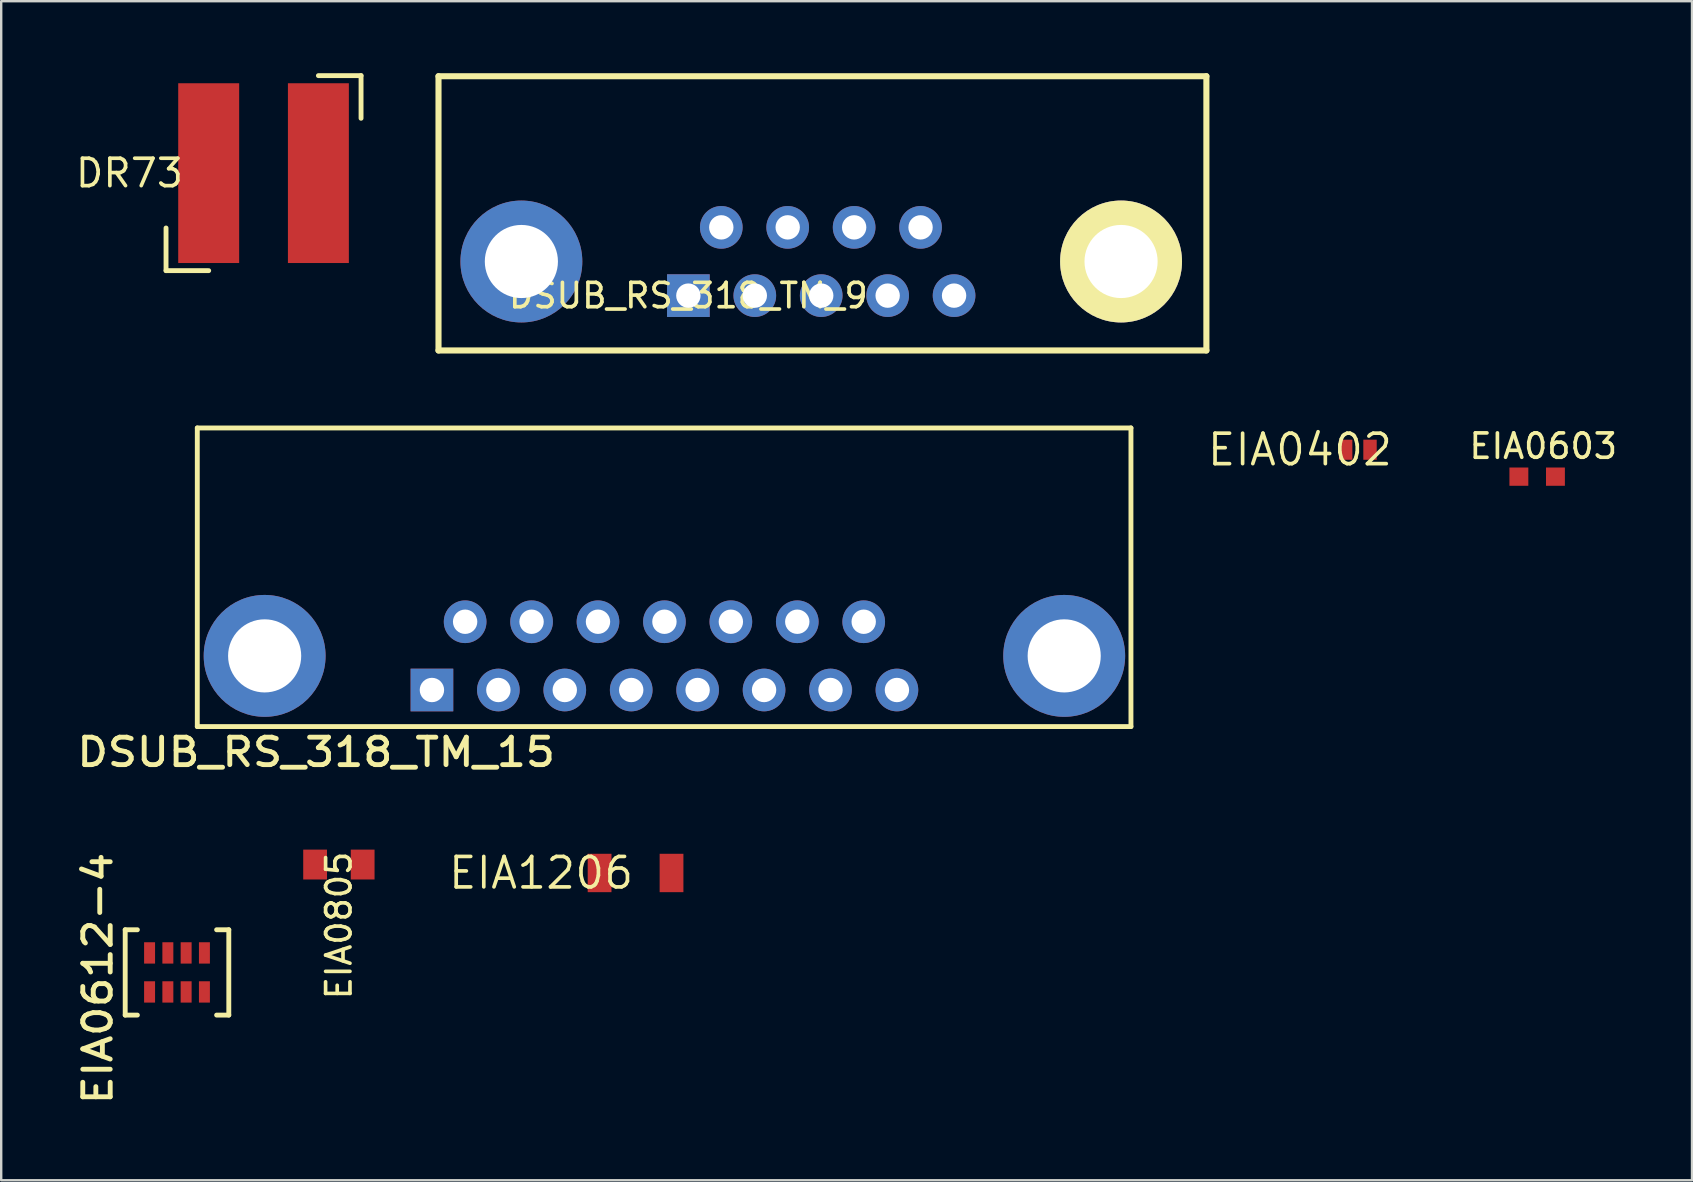
<source format=kicad_pcb>
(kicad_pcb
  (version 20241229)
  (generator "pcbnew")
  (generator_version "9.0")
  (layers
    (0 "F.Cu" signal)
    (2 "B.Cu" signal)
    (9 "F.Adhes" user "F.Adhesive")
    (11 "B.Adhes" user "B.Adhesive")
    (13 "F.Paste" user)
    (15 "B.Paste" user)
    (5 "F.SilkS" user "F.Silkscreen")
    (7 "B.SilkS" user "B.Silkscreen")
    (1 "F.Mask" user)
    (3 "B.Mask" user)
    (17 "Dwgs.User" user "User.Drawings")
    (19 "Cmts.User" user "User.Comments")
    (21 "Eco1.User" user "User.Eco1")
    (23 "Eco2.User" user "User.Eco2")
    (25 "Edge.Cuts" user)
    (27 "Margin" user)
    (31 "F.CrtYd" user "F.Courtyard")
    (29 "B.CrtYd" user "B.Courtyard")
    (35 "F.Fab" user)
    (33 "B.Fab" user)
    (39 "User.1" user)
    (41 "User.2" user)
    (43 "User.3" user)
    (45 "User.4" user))
  (footprint "EIA0612-4"
    (layer "F.Cu")
    (at 4.327 37.479)
    (property "Reference" "EIA0612-4" (at -3.302 0.254 90) (layer "F.SilkS") (effects (font (size 1.143 1.27) (thickness 0.203))))
    (attr smd)
    (fp_line (start -2.159 -1.778) (end -2.159 1.778) (stroke (width 0.203) (type solid)) (layer "F.SilkS"))
    (fp_line (start -2.159 1.778) (end -1.651 1.778) (stroke (width 0.203) (type solid)) (layer "F.SilkS"))
    (fp_line (start -1.651 -1.778) (end -2.159 -1.778) (stroke (width 0.203) (type solid)) (layer "F.SilkS"))
    (fp_line (start 1.651 1.778) (end 2.159 1.778) (stroke (width 0.203) (type solid)) (layer "F.SilkS"))
    (fp_line (start 2.159 -1.778) (end 1.651 -1.778) (stroke (width 0.203) (type solid)) (layer "F.SilkS"))
    (fp_line (start 2.159 1.778) (end 2.159 -1.778) (stroke (width 0.203) (type solid)) (layer "F.SilkS"))
    (fp_line (start -2.159 -1.778) (end -1.651 -1.778) (stroke (width 0.203) (type solid)) (layer "Eco1.User"))
    (fp_line (start -2.159 1.778) (end -2.159 -1.778) (stroke (width 0.203) (type solid)) (layer "Eco1.User"))
    (fp_line (start -1.651 1.778) (end -2.159 1.778) (stroke (width 0.203) (type solid)) (layer "Eco1.User"))
    (fp_line (start 1.651 -1.778) (end 2.159 -1.778) (stroke (width 0.203) (type solid)) (layer "Eco1.User"))
    (fp_line (start 2.159 -1.778) (end 2.159 1.778) (stroke (width 0.203) (type solid)) (layer "Eco1.User"))
    (fp_line (start 2.159 1.778) (end 1.651 1.778) (stroke (width 0.203) (type solid)) (layer "Eco1.User"))
    (pad "1" smd rect (at -1.143 0.813) (size 0.457 0.889) (layers "F.Cu" "F.Mask" "F.Paste" "Eco1.User"))
    (pad "2" smd rect (at -0.381 0.813) (size 0.457 0.889) (layers "F.Cu" "F.Mask" "F.Paste" "Eco1.User"))
    (pad "3" smd rect (at 0.381 0.813) (size 0.457 0.889) (layers "F.Cu" "F.Mask" "F.Paste" "Eco1.User"))
    (pad "4" smd rect (at 1.143 0.813) (size 0.457 0.889) (layers "F.Cu" "F.Mask" "F.Paste" "Eco1.User"))
    (pad "5" smd rect (at 1.143 -0.813) (size 0.457 0.889) (layers "F.Cu" "F.Mask" "F.Paste" "Eco1.User"))
    (pad "6" smd rect (at 0.381 -0.813) (size 0.457 0.889) (layers "F.Cu" "F.Mask" "F.Paste" "Eco1.User"))
    (pad "7" smd rect (at -0.381 -0.813) (size 0.457 0.889) (layers "F.Cu" "F.Mask" "F.Paste" "Eco1.User"))
    (pad "8" smd rect (at -1.143 -0.813) (size 0.457 0.889) (layers "F.Cu" "F.Mask" "F.Paste" "Eco1.User")))
  (footprint "EIA1206"
    (layer "F.Cu")
    (at 23.439 33.334)
    (property "Reference" "EIA1206" (at -3.937 0 0) (layer "F.SilkS") (effects (font (size 1.27 1.27) (thickness 0.152))))
    (attr smd)
    (pad "1" smd rect (at -1.499 0) (size 0.991 1.6) (layers "F.Cu" "F.Mask" "F.Paste" "Eco1.User"))
    (pad "2" smd rect (at 1.499 0) (size 0.991 1.6) (layers "F.Cu" "F.Mask" "F.Paste" "Eco1.User")))
  (footprint "EIA0402"
    (layer "F.Cu")
    (at 53.542 15.694)
    (property "Reference" "EIA0402" (at -2.413 0 0) (layer "F.SilkS") (effects (font (size 1.27 1.27) (thickness 0.152))))
    (attr smd)
    (pad "1" smd rect (at -0.508 0) (size 0.559 0.838) (layers "F.Cu" "F.Mask" "F.Paste" "Eco1.User"))
    (pad "2" smd rect (at 0.508 0) (size 0.559 0.838) (layers "F.Cu" "F.Mask" "F.Paste" "Eco1.User")))
  (footprint "DSUB_RS_318_TM_15"
    (layer "F.Cu")
    (at 14.952 25.708)
    (property "Reference" "DSUB_RS_318_TM_15" (at -4.826 2.591 0) (layer "F.SilkS") (effects (font (size 1.143 1.27) (thickness 0.203))))
    (attr through_hole)
    (fp_line (start -9.779 -10.922) (end -9.779 1.524) (stroke (width 0.203) (type solid)) (layer "F.SilkS"))
    (fp_line (start -9.779 1.524) (end 29.134 1.524) (stroke (width 0.203) (type solid)) (layer "F.SilkS"))
    (fp_line (start 29.134 -10.922) (end -9.779 -10.922) (stroke (width 0.203) (type solid)) (layer "F.SilkS"))
    (fp_line (start 29.134 1.524) (end 29.134 -10.922) (stroke (width 0.203) (type solid)) (layer "F.SilkS"))
    (fp_line (start -9.779 -10.922) (end -9.779 1.524) (stroke (width 0.203) (type solid)) (layer "Eco1.User"))
    (fp_line (start -9.779 1.524) (end 29.134 1.524) (stroke (width 0.203) (type solid)) (layer "Eco1.User"))
    (fp_line (start 29.134 -10.922) (end -9.779 -10.922) (stroke (width 0.203) (type solid)) (layer "Eco1.User"))
    (fp_line (start 29.134 1.524) (end 29.134 -10.922) (stroke (width 0.203) (type solid)) (layer "Eco1.User"))
    (pad "1" thru_hole rect (at 0 0) (size 1.778 1.778) (drill 1.016) (layers "*.Cu" "*.Mask" "Eco1.User"))
    (pad "2" thru_hole circle (at 2.769 0) (size 1.778 1.778) (drill 1.016) (layers "*.Cu" "*.Mask" "Eco1.User"))
    (pad "3" thru_hole circle (at 5.537 0) (size 1.778 1.778) (drill 1.016) (layers "*.Cu" "*.Mask" "Eco1.User"))
    (pad "4" thru_hole circle (at 8.306 0) (size 1.778 1.778) (drill 1.016) (layers "*.Cu" "*.Mask" "Eco1.User"))
    (pad "5" thru_hole circle (at 11.074 0) (size 1.778 1.778) (drill 1.016) (layers "*.Cu" "*.Mask" "Eco1.User"))
    (pad "6" thru_hole circle (at 13.843 0) (size 1.778 1.778) (drill 1.016) (layers "*.Cu" "*.Mask" "Eco1.User"))
    (pad "7" thru_hole circle (at 16.612 0) (size 1.778 1.778) (drill 1.016) (layers "*.Cu" "*.Mask" "Eco1.User"))
    (pad "8" thru_hole circle (at 19.38 0) (size 1.778 1.778) (drill 1.016) (layers "*.Cu" "*.Mask" "Eco1.User" "Eco2.User"))
    (pad "9" thru_hole circle (at 1.384 -2.845) (size 1.778 1.778) (drill 1.016) (layers "*.Cu" "*.Mask" "Eco1.User"))
    (pad "10" thru_hole circle (at 4.153 -2.845) (size 1.778 1.778) (drill 1.016) (layers "*.Cu" "*.Mask" "Eco1.User"))
    (pad "11" thru_hole circle (at 6.921 -2.845) (size 1.778 1.778) (drill 1.016) (layers "*.Cu" "*.Mask" "Eco1.User"))
    (pad "12" thru_hole circle (at 9.69 -2.845) (size 1.778 1.778) (drill 1.016) (layers "*.Cu" "*.Mask" "Eco1.User"))
    (pad "13" thru_hole circle (at 12.459 -2.845) (size 1.778 1.778) (drill 1.016) (layers "*.Cu" "*.Mask" "Eco1.User"))
    (pad "14" thru_hole circle (at 15.227 -2.845) (size 1.778 1.778) (drill 1.016) (layers "*.Cu" "*.Mask" "Eco1.User"))
    (pad "15" thru_hole circle (at 17.996 -2.845) (size 1.778 1.778) (drill 1.016) (layers "*.Cu" "*.Mask" "Eco1.User"))
    (pad "16" thru_hole circle (at -6.972 -1.422) (size 5.08 5.08) (drill 3.048) (layers "*.Cu" "*.Mask" "Eco1.User"))
    (pad "16" thru_hole circle (at 26.352 -1.422) (size 5.08 5.08) (drill 3.048) (layers "*.Cu" "*.Mask" "Eco1.User")))
  (footprint "EIA0603"
    (layer "F.Cu")
    (at 61.016 16.816)
    (property "Reference" "EIA0603" (at 0.254 -1.27 0) (layer "F.SilkS") (effects (font (size 1.016 1.016) (thickness 0.152))))
    (attr smd)
    (pad "1" smd rect (at -0.762 0) (size 0.787 0.762) (layers "F.Cu" "F.Mask" "F.Paste" "Eco1.User"))
    (pad "2" smd rect (at 0.762 0) (size 0.787 0.762) (layers "F.Cu" "F.Mask" "F.Paste" "Eco1.User")))
  (footprint "EIA0805"
    (layer "F.Cu")
    (at 11.074 32.983)
    (property "Reference" "EIA0805" (at 0 2.54 90) (layer "F.SilkS") (effects (font (size 1.016 1.016) (thickness 0.152))))
    (attr smd)
    (pad "1" smd rect (at -0.991 0) (size 0.991 1.245) (layers "F.Cu" "F.Mask" "F.Paste" "Eco1.User"))
    (pad "2" smd rect (at 0.991 0) (size 0.991 1.245) (layers "F.Cu" "F.Mask" "F.Paste" "Eco1.User")))
  (footprint "DR73"
    (layer "F.Cu")
    (at 7.934 4.166)
    (property "Reference" "DR73" (at -5.588 0 0) (layer "F.SilkS") (effects (font (size 1.143 1.143) (thickness 0.152))))
    (attr smd)
    (fp_line (start -4.064 2.286) (end -4.064 4.064) (stroke (width 0.203) (type solid)) (layer "F.SilkS"))
    (fp_line (start -4.064 4.064) (end -2.286 4.064) (stroke (width 0.203) (type solid)) (layer "F.SilkS"))
    (fp_line (start 4.064 -4.064) (end 2.286 -4.064) (stroke (width 0.203) (type solid)) (layer "F.SilkS"))
    (fp_line (start 4.064 -4.064) (end 4.064 -2.286) (stroke (width 0.203) (type solid)) (layer "F.SilkS"))
    (pad "1" smd rect (at -2.286 0) (size 2.54 7.493) (layers "F.Cu" "F.Mask" "F.Paste" "Eco1.User"))
    (pad "2" smd rect (at 2.286 0) (size 2.54 7.493) (layers "F.Cu" "F.Mask" "F.Paste" "Eco1.User")))
  (footprint "DSUB_RS_318_TM_9"
    (layer "F.Cu")
    (at 25.64 9.271)
    (property "Reference" "DSUB_RS_318_TM_9" (at 0 0 0) (layer "F.SilkS") (effects (font (size 1.016 1.016) (thickness 0.152))))
    (attr through_hole)
    (fp_line (start -10.414 -9.144) (end -10.414 2.286) (stroke (width 0.254) (type solid)) (layer "F.SilkS"))
    (fp_line (start -10.414 2.286) (end 21.59 2.286) (stroke (width 0.254) (type solid)) (layer "F.SilkS"))
    (fp_line (start 21.59 -9.144) (end -10.414 -9.144) (stroke (width 0.254) (type solid)) (layer "F.SilkS"))
    (fp_line (start 21.59 2.286) (end 21.59 -9.144) (stroke (width 0.254) (type solid)) (layer "F.SilkS"))
    (pad "1" thru_hole rect (at 0 0) (size 1.778 1.778) (drill 1.016) (layers "*.Cu" "*.Mask" "Eco1.User"))
    (pad "2" thru_hole circle (at 2.769 0) (size 1.778 1.778) (drill 1.016) (layers "*.Cu" "*.Mask" "Eco1.User"))
    (pad "3" thru_hole circle (at 5.537 0) (size 1.778 1.778) (drill 1.016) (layers "*.Cu" "*.Mask" "Eco1.User"))
    (pad "4" thru_hole circle (at 8.306 0) (size 1.778 1.778) (drill 1.016) (layers "*.Cu" "*.Mask" "Eco1.User"))
    (pad "5" thru_hole circle (at 11.074 0) (size 1.778 1.778) (drill 1.016) (layers "*.Cu" "*.Mask" "Eco1.User"))
    (pad "6" thru_hole circle (at 1.372 -2.845) (size 1.778 1.778) (drill 1.016) (layers "*.Cu" "*.Mask" "Eco1.User"))
    (pad "7" thru_hole circle (at 4.14 -2.845) (size 1.778 1.778) (drill 1.016) (layers "*.Cu" "*.Mask" "Eco1.User"))
    (pad "8" thru_hole circle (at 6.909 -2.845) (size 1.778 1.778) (drill 1.016) (layers "*.Cu" "*.Mask" "Eco1.User"))
    (pad "9" thru_hole circle (at 9.677 -2.845) (size 1.778 1.778) (drill 1.016) (layers "*.Cu" "*.Mask" "Eco1.User"))
    (pad "10" thru_hole circle (at -6.96 -1.422) (size 5.08 5.08) (drill 3.048) (layers "*.Cu" "*.Mask" "Eco1.User"))
    (pad "11" thru_hole circle (at 18.034 -1.422) (size 5.08 5.08) (drill 3.048) (layers "*.Cu" "*.Mask" "F.SilkS")))
  (gr_rect
    (start -3 -3)
    (end 67.47 46.142)
    (stroke (width 0.1) (type default))
    (fill no)
    (layer "Edge.Cuts")))
</source>
